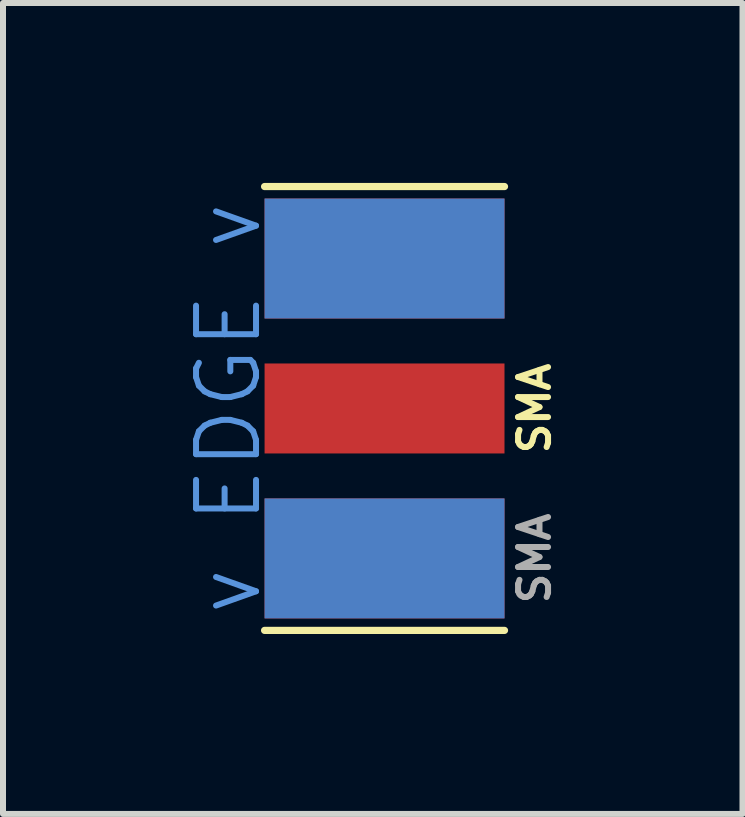
<source format=kicad_pcb>
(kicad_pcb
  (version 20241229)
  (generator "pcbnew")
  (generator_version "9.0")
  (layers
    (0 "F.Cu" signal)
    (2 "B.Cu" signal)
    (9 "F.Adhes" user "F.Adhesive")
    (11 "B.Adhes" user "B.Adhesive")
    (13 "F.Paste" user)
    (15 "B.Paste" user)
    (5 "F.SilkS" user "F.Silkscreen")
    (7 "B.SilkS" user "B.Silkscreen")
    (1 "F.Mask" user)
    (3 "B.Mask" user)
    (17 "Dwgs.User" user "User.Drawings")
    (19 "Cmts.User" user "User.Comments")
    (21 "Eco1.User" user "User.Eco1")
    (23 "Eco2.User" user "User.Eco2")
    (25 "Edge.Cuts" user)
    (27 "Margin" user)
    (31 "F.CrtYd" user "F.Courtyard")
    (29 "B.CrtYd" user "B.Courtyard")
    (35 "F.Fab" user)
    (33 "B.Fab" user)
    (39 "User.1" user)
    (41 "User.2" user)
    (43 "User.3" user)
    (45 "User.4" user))
  (footprint "SMA"
    (layer "F.Cu")
    (at 1.361 3.76)
    (property "Reference" "SMA" (at 4.5 0 90) (unlocked yes) (layer "F.SilkS") (effects (font (size 0.5 0.5) (thickness 0.1))))
    (attr smd)
    (fp_line (start 0 -3.7) (end 4 -3.7) (stroke (width 0.12) (type solid)) (layer "F.SilkS"))
    (fp_line (start 0 3.7) (end 4 3.7) (stroke (width 0.12) (type solid)) (layer "F.SilkS"))
    (fp_text user "v EDGE v" (at -0.6 0 90) (unlocked yes) (layer "Cmts.User") (effects (font (size 1 1) (thickness 0.1))))
    (fp_text user "${REFERENCE}" (at 4.5 2.5 90) (unlocked yes) (layer "F.Fab") (effects (font (size 0.5 0.5) (thickness 0.1))))
    (pad "1" smd trapezoid (at 2 0) (size 4 1.5) (layers "F.Cu" "F.Mask" "F.Paste"))
    (pad "2" smd rect (at 2 -2.5) (size 4 2) (layers "F.Cu" "F.Mask" "F.Paste"))
    (pad "2" smd rect (at 2 -2.5) (size 4 2) (layers "B.Cu" "B.Mask" "B.Paste"))
    (pad "2" smd rect (at 2 2.5) (size 4 2) (layers "F.Cu" "F.Mask" "F.Paste"))
    (pad "2" smd rect (at 2 2.5) (size 4 2) (layers "B.Cu" "B.Mask" "B.Paste")))
  (gr_rect
    (start -3 -3)
    (end 9.329 10.52)
    (stroke (width 0.1) (type default))
    (fill no)
    (layer "Edge.Cuts")))
</source>
